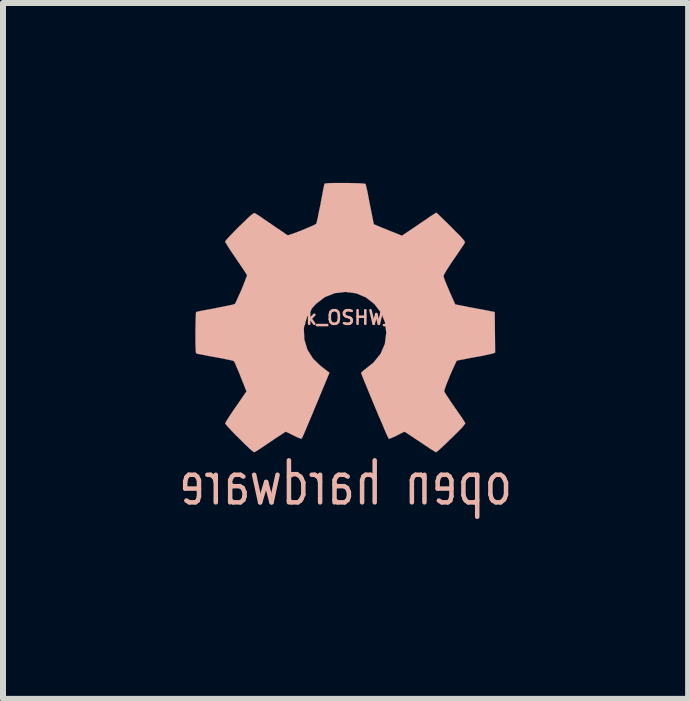
<source format=kicad_pcb>
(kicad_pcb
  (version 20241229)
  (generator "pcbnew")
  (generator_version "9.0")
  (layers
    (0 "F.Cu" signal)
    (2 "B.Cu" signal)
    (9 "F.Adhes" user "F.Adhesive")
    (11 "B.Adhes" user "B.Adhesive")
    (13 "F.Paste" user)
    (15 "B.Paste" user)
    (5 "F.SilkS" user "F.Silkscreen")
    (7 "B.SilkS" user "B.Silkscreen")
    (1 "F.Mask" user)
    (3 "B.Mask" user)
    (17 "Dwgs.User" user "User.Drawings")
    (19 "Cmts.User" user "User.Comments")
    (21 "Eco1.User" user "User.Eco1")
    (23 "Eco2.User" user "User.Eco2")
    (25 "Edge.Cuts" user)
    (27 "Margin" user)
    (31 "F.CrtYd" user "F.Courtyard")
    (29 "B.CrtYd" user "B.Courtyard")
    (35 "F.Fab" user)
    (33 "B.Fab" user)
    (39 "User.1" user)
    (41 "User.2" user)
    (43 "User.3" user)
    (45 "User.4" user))
  (footprint "Logo_silk_OSHW_6x6mm"
    (layer "F.Cu")
    (at 2.708 2.247)
    (property "Reference" "Logo_silk_OSHW_6x6mm" (at 0 0 0) (layer "B.SilkS") (effects (font (size 0.226 0.226) (thickness 0.043))))
    (attr exclude_from_pos_files exclude_from_bom)
    (fp_line (start -2.67 2.73) (end -2.65 2.66) (stroke (width 0.075) (type solid)) (layer "B.SilkS"))
    (fp_line (start -2.67 2.85) (end -2.67 2.73) (stroke (width 0.075) (type solid)) (layer "B.SilkS"))
    (fp_line (start -2.67 2.85) (end -2.44 2.85) (stroke (width 0.075) (type solid)) (layer "B.SilkS"))
    (fp_line (start -2.65 2.66) (end -2.61 2.62) (stroke (width 0.075) (type solid)) (layer "B.SilkS"))
    (fp_line (start -2.61 2.62) (end -2.51 2.62) (stroke (width 0.075) (type solid)) (layer "B.SilkS"))
    (fp_line (start -2.6 3.08) (end -2.65 3.05) (stroke (width 0.075) (type solid)) (layer "B.SilkS"))
    (fp_line (start -2.51 2.62) (end -2.47 2.65) (stroke (width 0.075) (type solid)) (layer "B.SilkS"))
    (fp_line (start -2.5 3.08) (end -2.6 3.08) (stroke (width 0.075) (type solid)) (layer "B.SilkS"))
    (fp_line (start -2.47 2.65) (end -2.44 2.71) (stroke (width 0.075) (type solid)) (layer "B.SilkS"))
    (fp_line (start -2.46 3.05) (end -2.5 3.08) (stroke (width 0.075) (type solid)) (layer "B.SilkS"))
    (fp_line (start -2.44 2.71) (end -2.44 2.98) (stroke (width 0.075) (type solid)) (layer "B.SilkS"))
    (fp_line (start -2.44 2.98) (end -2.46 3.05) (stroke (width 0.075) (type solid)) (layer "B.SilkS"))
    (fp_line (start -2.25 2.62) (end -2.3 2.62) (stroke (width 0.075) (type solid)) (layer "B.SilkS"))
    (fp_line (start -2.2 2.65) (end -2.25 2.62) (stroke (width 0.075) (type solid)) (layer "B.SilkS"))
    (fp_line (start -2.18 2.67) (end -2.2 2.65) (stroke (width 0.075) (type solid)) (layer "B.SilkS"))
    (fp_line (start -2.16 2.62) (end -2.16 3.08) (stroke (width 0.075) (type solid)) (layer "B.SilkS"))
    (fp_line (start -2.16 2.74) (end -2.18 2.67) (stroke (width 0.075) (type solid)) (layer "B.SilkS"))
    (fp_line (start -1.92 2.71) (end -1.92 3.08) (stroke (width 0.075) (type solid)) (layer "B.SilkS"))
    (fp_line (start -1.92 2.78) (end -1.88 2.81) (stroke (width 0.075) (type solid)) (layer "B.SilkS"))
    (fp_line (start -1.89 2.65) (end -1.92 2.71) (stroke (width 0.075) (type solid)) (layer "B.SilkS"))
    (fp_line (start -1.88 2.81) (end -1.76 2.81) (stroke (width 0.075) (type solid)) (layer "B.SilkS"))
    (fp_line (start -1.87 3.08) (end -1.92 3.04) (stroke (width 0.075) (type solid)) (layer "B.SilkS"))
    (fp_line (start -1.85 2.62) (end -1.89 2.65) (stroke (width 0.075) (type solid)) (layer "B.SilkS"))
    (fp_line (start -1.76 2.81) (end -1.71 2.84) (stroke (width 0.075) (type solid)) (layer "B.SilkS"))
    (fp_line (start -1.75 2.62) (end -1.85 2.62) (stroke (width 0.075) (type solid)) (layer "B.SilkS"))
    (fp_line (start -1.75 3.08) (end -1.87 3.08) (stroke (width 0.075) (type solid)) (layer "B.SilkS"))
    (fp_line (start -1.71 2.84) (end -1.68 2.91) (stroke (width 0.075) (type solid)) (layer "B.SilkS"))
    (fp_line (start -1.7 2.65) (end -1.75 2.62) (stroke (width 0.075) (type solid)) (layer "B.SilkS"))
    (fp_line (start -1.7 3.04) (end -1.75 3.08) (stroke (width 0.075) (type solid)) (layer "B.SilkS"))
    (fp_line (start -1.68 2.91) (end -1.68 2.98) (stroke (width 0.075) (type solid)) (layer "B.SilkS"))
    (fp_line (start -1.68 2.98) (end -1.7 3.04) (stroke (width 0.075) (type solid)) (layer "B.SilkS"))
    (fp_line (start -1.42 3.08) (end -1.52 2.62) (stroke (width 0.075) (type solid)) (layer "B.SilkS"))
    (fp_line (start -1.32 2.74) (end -1.42 3.08) (stroke (width 0.075) (type solid)) (layer "B.SilkS"))
    (fp_line (start -1.23 3.08) (end -1.32 2.74) (stroke (width 0.075) (type solid)) (layer "B.SilkS"))
    (fp_line (start -1.13 2.62) (end -1.23 3.08) (stroke (width 0.075) (type solid)) (layer "B.SilkS"))
    (fp_line (start -0.94 2.38) (end -0.94 3.08) (stroke (width 0.075) (type solid)) (layer "B.SilkS"))
    (fp_line (start -0.94 3.05) (end -0.9 3.08) (stroke (width 0.075) (type solid)) (layer "B.SilkS"))
    (fp_line (start -0.9 3.08) (end -0.79 3.08) (stroke (width 0.075) (type solid)) (layer "B.SilkS"))
    (fp_line (start -0.88 2.61) (end -0.94 2.65) (stroke (width 0.075) (type solid)) (layer "B.SilkS"))
    (fp_line (start -0.81 2.61) (end -0.88 2.61) (stroke (width 0.075) (type solid)) (layer "B.SilkS"))
    (fp_line (start -0.79 3.08) (end -0.75 3.05) (stroke (width 0.075) (type solid)) (layer "B.SilkS"))
    (fp_line (start -0.75 2.65) (end -0.81 2.61) (stroke (width 0.075) (type solid)) (layer "B.SilkS"))
    (fp_line (start -0.75 3.05) (end -0.73 3.02) (stroke (width 0.075) (type solid)) (layer "B.SilkS"))
    (fp_line (start -0.73 2.68) (end -0.75 2.65) (stroke (width 0.075) (type solid)) (layer "B.SilkS"))
    (fp_line (start -0.73 3.02) (end -0.7 2.95) (stroke (width 0.075) (type solid)) (layer "B.SilkS"))
    (fp_line (start -0.7 2.75) (end -0.73 2.68) (stroke (width 0.075) (type solid)) (layer "B.SilkS"))
    (fp_line (start -0.7 2.95) (end -0.7 2.75) (stroke (width 0.075) (type solid)) (layer "B.SilkS"))
    (fp_line (start -0.51 2.62) (end -0.56 2.62) (stroke (width 0.075) (type solid)) (layer "B.SilkS"))
    (fp_line (start -0.46 2.65) (end -0.51 2.62) (stroke (width 0.075) (type solid)) (layer "B.SilkS"))
    (fp_line (start -0.44 2.67) (end -0.46 2.65) (stroke (width 0.075) (type solid)) (layer "B.SilkS"))
    (fp_line (start -0.42 2.62) (end -0.42 3.08) (stroke (width 0.075) (type solid)) (layer "B.SilkS"))
    (fp_line (start -0.42 2.74) (end -0.44 2.67) (stroke (width 0.075) (type solid)) (layer "B.SilkS"))
    (fp_line (start -0.18 2.71) (end -0.18 3.08) (stroke (width 0.075) (type solid)) (layer "B.SilkS"))
    (fp_line (start -0.18 2.78) (end -0.14 2.81) (stroke (width 0.075) (type solid)) (layer "B.SilkS"))
    (fp_line (start -0.15 2.65) (end -0.18 2.71) (stroke (width 0.075) (type solid)) (layer "B.SilkS"))
    (fp_line (start -0.14 2.81) (end -0.02 2.81) (stroke (width 0.075) (type solid)) (layer "B.SilkS"))
    (fp_line (start -0.13 3.08) (end -0.18 3.04) (stroke (width 0.075) (type solid)) (layer "B.SilkS"))
    (fp_line (start -0.11 2.62) (end -0.15 2.65) (stroke (width 0.075) (type solid)) (layer "B.SilkS"))
    (fp_line (start -0.02 2.81) (end 0.03 2.84) (stroke (width 0.075) (type solid)) (layer "B.SilkS"))
    (fp_line (start -0.01 2.62) (end -0.11 2.62) (stroke (width 0.075) (type solid)) (layer "B.SilkS"))
    (fp_line (start -0.01 3.08) (end -0.13 3.08) (stroke (width 0.075) (type solid)) (layer "B.SilkS"))
    (fp_line (start 0.03 2.84) (end 0.06 2.91) (stroke (width 0.075) (type solid)) (layer "B.SilkS"))
    (fp_line (start 0.04 2.65) (end -0.01 2.62) (stroke (width 0.075) (type solid)) (layer "B.SilkS"))
    (fp_line (start 0.04 3.04) (end -0.01 3.08) (stroke (width 0.075) (type solid)) (layer "B.SilkS"))
    (fp_line (start 0.06 2.91) (end 0.06 2.98) (stroke (width 0.075) (type solid)) (layer "B.SilkS"))
    (fp_line (start 0.06 2.98) (end 0.04 3.04) (stroke (width 0.075) (type solid)) (layer "B.SilkS"))
    (fp_line (start 0.28 2.71) (end 0.28 3.08) (stroke (width 0.075) (type solid)) (layer "B.SilkS"))
    (fp_line (start 0.3 2.65) (end 0.28 2.71) (stroke (width 0.075) (type solid)) (layer "B.SilkS"))
    (fp_line (start 0.34 2.62) (end 0.3 2.65) (stroke (width 0.075) (type solid)) (layer "B.SilkS"))
    (fp_line (start 0.42 2.62) (end 0.34 2.62) (stroke (width 0.075) (type solid)) (layer "B.SilkS"))
    (fp_line (start 0.47 2.65) (end 0.42 2.62) (stroke (width 0.075) (type solid)) (layer "B.SilkS"))
    (fp_line (start 0.49 2.38) (end 0.49 3.08) (stroke (width 0.075) (type solid)) (layer "B.SilkS"))
    (fp_line (start 0.49 2.69) (end 0.47 2.65) (stroke (width 0.075) (type solid)) (layer "B.SilkS"))
    (fp_line (start 1.11 2.71) (end 1.11 3.08) (stroke (width 0.075) (type solid)) (layer "B.SilkS"))
    (fp_line (start 1.13 2.65) (end 1.11 2.71) (stroke (width 0.075) (type solid)) (layer "B.SilkS"))
    (fp_line (start 1.17 2.62) (end 1.13 2.65) (stroke (width 0.075) (type solid)) (layer "B.SilkS"))
    (fp_line (start 1.26 2.62) (end 1.17 2.62) (stroke (width 0.075) (type solid)) (layer "B.SilkS"))
    (fp_line (start 1.3 2.65) (end 1.26 2.62) (stroke (width 0.075) (type solid)) (layer "B.SilkS"))
    (fp_line (start 1.32 2.62) (end 1.32 3.08) (stroke (width 0.075) (type solid)) (layer "B.SilkS"))
    (fp_line (start 1.32 2.68) (end 1.3 2.65) (stroke (width 0.075) (type solid)) (layer "B.SilkS"))
    (fp_line (start 1.54 2.73) (end 1.56 2.66) (stroke (width 0.075) (type solid)) (layer "B.SilkS"))
    (fp_line (start 1.54 2.85) (end 1.54 2.73) (stroke (width 0.075) (type solid)) (layer "B.SilkS"))
    (fp_line (start 1.54 2.85) (end 1.77 2.85) (stroke (width 0.075) (type solid)) (layer "B.SilkS"))
    (fp_line (start 1.56 2.66) (end 1.6 2.62) (stroke (width 0.075) (type solid)) (layer "B.SilkS"))
    (fp_line (start 1.6 2.62) (end 1.7 2.62) (stroke (width 0.075) (type solid)) (layer "B.SilkS"))
    (fp_line (start 1.61 3.08) (end 1.56 3.05) (stroke (width 0.075) (type solid)) (layer "B.SilkS"))
    (fp_line (start 1.7 2.62) (end 1.74 2.65) (stroke (width 0.075) (type solid)) (layer "B.SilkS"))
    (fp_line (start 1.71 3.08) (end 1.61 3.08) (stroke (width 0.075) (type solid)) (layer "B.SilkS"))
    (fp_line (start 1.74 2.65) (end 1.77 2.71) (stroke (width 0.075) (type solid)) (layer "B.SilkS"))
    (fp_line (start 1.75 3.05) (end 1.71 3.08) (stroke (width 0.075) (type solid)) (layer "B.SilkS"))
    (fp_line (start 1.77 2.71) (end 1.77 2.98) (stroke (width 0.075) (type solid)) (layer "B.SilkS"))
    (fp_line (start 1.77 2.98) (end 1.75 3.05) (stroke (width 0.075) (type solid)) (layer "B.SilkS"))
    (fp_line (start 1.97 2.74) (end 1.97 2.96) (stroke (width 0.075) (type solid)) (layer "B.SilkS"))
    (fp_line (start 1.97 2.96) (end 1.99 3.02) (stroke (width 0.075) (type solid)) (layer "B.SilkS"))
    (fp_line (start 1.99 2.68) (end 1.97 2.74) (stroke (width 0.075) (type solid)) (layer "B.SilkS"))
    (fp_line (start 1.99 3.02) (end 2.01 3.05) (stroke (width 0.075) (type solid)) (layer "B.SilkS"))
    (fp_line (start 2.01 3.05) (end 2.05 3.08) (stroke (width 0.075) (type solid)) (layer "B.SilkS"))
    (fp_line (start 2.02 2.65) (end 1.99 2.68) (stroke (width 0.075) (type solid)) (layer "B.SilkS"))
    (fp_line (start 2.05 3.08) (end 2.15 3.08) (stroke (width 0.075) (type solid)) (layer "B.SilkS"))
    (fp_line (start 2.06 2.62) (end 2.02 2.65) (stroke (width 0.075) (type solid)) (layer "B.SilkS"))
    (fp_line (start 2.15 3.08) (end 2.2 3.05) (stroke (width 0.075) (type solid)) (layer "B.SilkS"))
    (fp_line (start 2.16 2.62) (end 2.06 2.62) (stroke (width 0.075) (type solid)) (layer "B.SilkS"))
    (fp_line (start 2.2 2.65) (end 2.16 2.62) (stroke (width 0.075) (type solid)) (layer "B.SilkS"))
    (fp_line (start 2.2 3.32) (end 2.2 2.62) (stroke (width 0.075) (type solid)) (layer "B.SilkS"))
    (fp_line (start 2.42 2.75) (end 2.44 2.69) (stroke (width 0.075) (type solid)) (layer "B.SilkS"))
    (fp_line (start 2.42 2.95) (end 2.42 2.75) (stroke (width 0.075) (type solid)) (layer "B.SilkS"))
    (fp_line (start 2.44 2.69) (end 2.46 2.66) (stroke (width 0.075) (type solid)) (layer "B.SilkS"))
    (fp_line (start 2.44 3.02) (end 2.42 2.95) (stroke (width 0.075) (type solid)) (layer "B.SilkS"))
    (fp_line (start 2.46 2.66) (end 2.51 2.62) (stroke (width 0.075) (type solid)) (layer "B.SilkS"))
    (fp_line (start 2.46 3.05) (end 2.44 3.02) (stroke (width 0.075) (type solid)) (layer "B.SilkS"))
    (fp_line (start 2.51 2.62) (end 2.59 2.62) (stroke (width 0.075) (type solid)) (layer "B.SilkS"))
    (fp_line (start 2.51 3.08) (end 2.46 3.05) (stroke (width 0.075) (type solid)) (layer "B.SilkS"))
    (fp_line (start 2.59 2.62) (end 2.63 2.65) (stroke (width 0.075) (type solid)) (layer "B.SilkS"))
    (fp_line (start 2.59 3.08) (end 2.51 3.08) (stroke (width 0.075) (type solid)) (layer "B.SilkS"))
    (fp_line (start 2.63 2.65) (end 2.65 2.68) (stroke (width 0.075) (type solid)) (layer "B.SilkS"))
    (fp_line (start 2.64 3.04) (end 2.59 3.08) (stroke (width 0.075) (type solid)) (layer "B.SilkS"))
    (fp_line (start 2.65 2.68) (end 2.68 2.75) (stroke (width 0.075) (type solid)) (layer "B.SilkS"))
    (fp_line (start 2.66 3.01) (end 2.64 3.04) (stroke (width 0.075) (type solid)) (layer "B.SilkS"))
    (fp_line (start 2.68 2.75) (end 2.68 2.95) (stroke (width 0.075) (type solid)) (layer "B.SilkS"))
    (fp_line (start 2.68 2.95) (end 2.66 3.01) (stroke (width 0.075) (type solid)) (layer "B.SilkS"))
    (fp_poly (pts (xy 1.514 2.245) (xy 1.488 2.23) (xy 1.43 2.195) (xy 1.346 2.139) (xy 1.247 2.073) (xy 1.148 2.007) (xy 1.067 1.953) (xy 1.011 1.915) (xy 0.986 1.902) (xy 0.973 1.908) (xy 0.927 1.93) (xy 0.859 1.966) (xy 0.818 1.986) (xy 0.757 2.012) (xy 0.724 2.019) (xy 0.719 2.009) (xy 0.696 1.961) (xy 0.66 1.88) (xy 0.615 1.77) (xy 0.559 1.643) (xy 0.503 1.509) (xy 0.445 1.369) (xy 0.389 1.234) (xy 0.34 1.115) (xy 0.3 1.019) (xy 0.274 0.95) (xy 0.264 0.922) (xy 0.267 0.914) (xy 0.3 0.884) (xy 0.353 0.843) (xy 0.472 0.747) (xy 0.589 0.602) (xy 0.66 0.437) (xy 0.683 0.251) (xy 0.663 0.081) (xy 0.597 -0.081) (xy 0.483 -0.229) (xy 0.343 -0.338) (xy 0.18 -0.406) (xy 0 -0.429) (xy -0.173 -0.409) (xy -0.34 -0.343) (xy -0.488 -0.231) (xy -0.551 -0.16) (xy -0.638 -0.01) (xy -0.686 0.147) (xy -0.691 0.188) (xy -0.683 0.363) (xy -0.632 0.533) (xy -0.538 0.683) (xy -0.409 0.808) (xy -0.394 0.818) (xy -0.335 0.864) (xy -0.295 0.894) (xy -0.264 0.919) (xy -0.488 1.458) (xy -0.523 1.542) (xy -0.584 1.689) (xy -0.638 1.816) (xy -0.681 1.918) (xy -0.711 1.984) (xy -0.724 2.012) (xy -0.724 2.014) (xy -0.744 2.017) (xy -0.785 2.002) (xy -0.861 1.966) (xy -0.909 1.941) (xy -0.968 1.913) (xy -0.993 1.902) (xy -1.016 1.915) (xy -1.069 1.951) (xy -1.151 2.004) (xy -1.247 2.068) (xy -1.339 2.131) (xy -1.422 2.187) (xy -1.483 2.225) (xy -1.514 2.243) (xy -1.519 2.243) (xy -1.544 2.228) (xy -1.593 2.187) (xy -1.666 2.118) (xy -1.77 2.014) (xy -1.786 1.999) (xy -1.872 1.913) (xy -1.941 1.839) (xy -1.986 1.788) (xy -2.004 1.765) (xy -1.989 1.735) (xy -1.951 1.674) (xy -1.895 1.587) (xy -1.826 1.488) (xy -1.648 1.229) (xy -1.745 0.986) (xy -1.775 0.909) (xy -1.814 0.82) (xy -1.841 0.754) (xy -1.857 0.726) (xy -1.882 0.716) (xy -1.951 0.701) (xy -2.047 0.681) (xy -2.162 0.66) (xy -2.273 0.64) (xy -2.372 0.62) (xy -2.443 0.607) (xy -2.477 0.599) (xy -2.484 0.594) (xy -2.492 0.579) (xy -2.494 0.546) (xy -2.497 0.485) (xy -2.499 0.391) (xy -2.499 0.251) (xy -2.499 0.236) (xy -2.497 0.107) (xy -2.494 0) (xy -2.492 -0.066) (xy -2.487 -0.094) (xy -2.456 -0.102) (xy -2.385 -0.117) (xy -2.286 -0.135) (xy -2.167 -0.157) (xy -2.159 -0.16) (xy -2.042 -0.183) (xy -1.943 -0.203) (xy -1.872 -0.218) (xy -1.844 -0.229) (xy -1.836 -0.236) (xy -1.814 -0.282) (xy -1.781 -0.356) (xy -1.74 -0.445) (xy -1.702 -0.538) (xy -1.669 -0.622) (xy -1.646 -0.683) (xy -1.638 -0.711) (xy -1.641 -0.714) (xy -1.659 -0.742) (xy -1.699 -0.803) (xy -1.755 -0.886) (xy -1.824 -0.988) (xy -1.829 -0.996) (xy -1.897 -1.095) (xy -1.953 -1.181) (xy -1.989 -1.24) (xy -2.004 -1.267) (xy -2.004 -1.27) (xy -1.981 -1.3) (xy -1.93 -1.356) (xy -1.857 -1.433) (xy -1.77 -1.521) (xy -1.742 -1.547) (xy -1.643 -1.643) (xy -1.577 -1.704) (xy -1.534 -1.737) (xy -1.514 -1.745) (xy -1.483 -1.727) (xy -1.42 -1.687) (xy -1.336 -1.628) (xy -1.234 -1.56) (xy -1.227 -1.554) (xy -1.128 -1.486) (xy -1.044 -1.43) (xy -0.986 -1.389) (xy -0.958 -1.374) (xy -0.955 -1.374) (xy -0.914 -1.387) (xy -0.843 -1.412) (xy -0.754 -1.445) (xy -0.663 -1.483) (xy -0.579 -1.519) (xy -0.516 -1.547) (xy -0.485 -1.565) (xy -0.475 -1.6) (xy -0.457 -1.676) (xy -0.437 -1.778) (xy -0.411 -1.9) (xy -0.409 -1.92) (xy -0.386 -2.04) (xy -0.368 -2.139) (xy -0.353 -2.207) (xy -0.345 -2.235) (xy -0.33 -2.238) (xy -0.272 -2.243) (xy -0.183 -2.245) (xy -0.074 -2.245) (xy 0.038 -2.245) (xy 0.147 -2.243) (xy 0.241 -2.24) (xy 0.31 -2.235) (xy 0.338 -2.23) (xy 0.338 -2.228) (xy 0.348 -2.189) (xy 0.366 -2.116) (xy 0.386 -2.012) (xy 0.409 -1.89) (xy 0.414 -1.867) (xy 0.437 -1.75) (xy 0.457 -1.651) (xy 0.47 -1.585) (xy 0.478 -1.557) (xy 0.49 -1.552) (xy 0.538 -1.532) (xy 0.617 -1.499) (xy 0.716 -1.458) (xy 0.945 -1.367) (xy 1.227 -1.557) (xy 1.252 -1.575) (xy 1.354 -1.643) (xy 1.435 -1.699) (xy 1.494 -1.737) (xy 1.516 -1.75) (xy 1.519 -1.75) (xy 1.547 -1.725) (xy 1.603 -1.671) (xy 1.679 -1.598) (xy 1.768 -1.511) (xy 1.831 -1.445) (xy 1.91 -1.367) (xy 1.958 -1.313) (xy 1.986 -1.28) (xy 1.994 -1.26) (xy 1.991 -1.245) (xy 1.974 -1.217) (xy 1.933 -1.156) (xy 1.875 -1.069) (xy 1.806 -0.97) (xy 1.75 -0.886) (xy 1.689 -0.792) (xy 1.651 -0.726) (xy 1.636 -0.693) (xy 1.641 -0.681) (xy 1.659 -0.625) (xy 1.694 -0.541) (xy 1.735 -0.442) (xy 1.834 -0.221) (xy 1.979 -0.193) (xy 2.068 -0.175) (xy 2.189 -0.152) (xy 2.309 -0.13) (xy 2.492 -0.094) (xy 2.499 0.582) (xy 2.471 0.594) (xy 2.443 0.602) (xy 2.375 0.617) (xy 2.278 0.638) (xy 2.162 0.658) (xy 2.065 0.676) (xy 1.966 0.696) (xy 1.895 0.709) (xy 1.864 0.716) (xy 1.854 0.726) (xy 1.831 0.775) (xy 1.796 0.851) (xy 1.755 0.942) (xy 1.717 1.036) (xy 1.681 1.125) (xy 1.659 1.191) (xy 1.648 1.224) (xy 1.661 1.252) (xy 1.699 1.311) (xy 1.753 1.392) (xy 1.821 1.491) (xy 1.887 1.587) (xy 1.946 1.671) (xy 1.984 1.732) (xy 2.002 1.76) (xy 1.991 1.778) (xy 1.953 1.826) (xy 1.88 1.902) (xy 1.768 2.012) (xy 1.75 2.029) (xy 1.664 2.113) (xy 1.59 2.182) (xy 1.537 2.228) (xy 1.514 2.245)) (stroke (width 0.003) (type solid)) (fill yes) (layer "B.SilkS")))
  (gr_rect
    (start -3 -3)
    (end 8.425 8.604)
    (stroke (width 0.1) (type default))
    (fill no)
    (layer "Edge.Cuts")))
</source>
